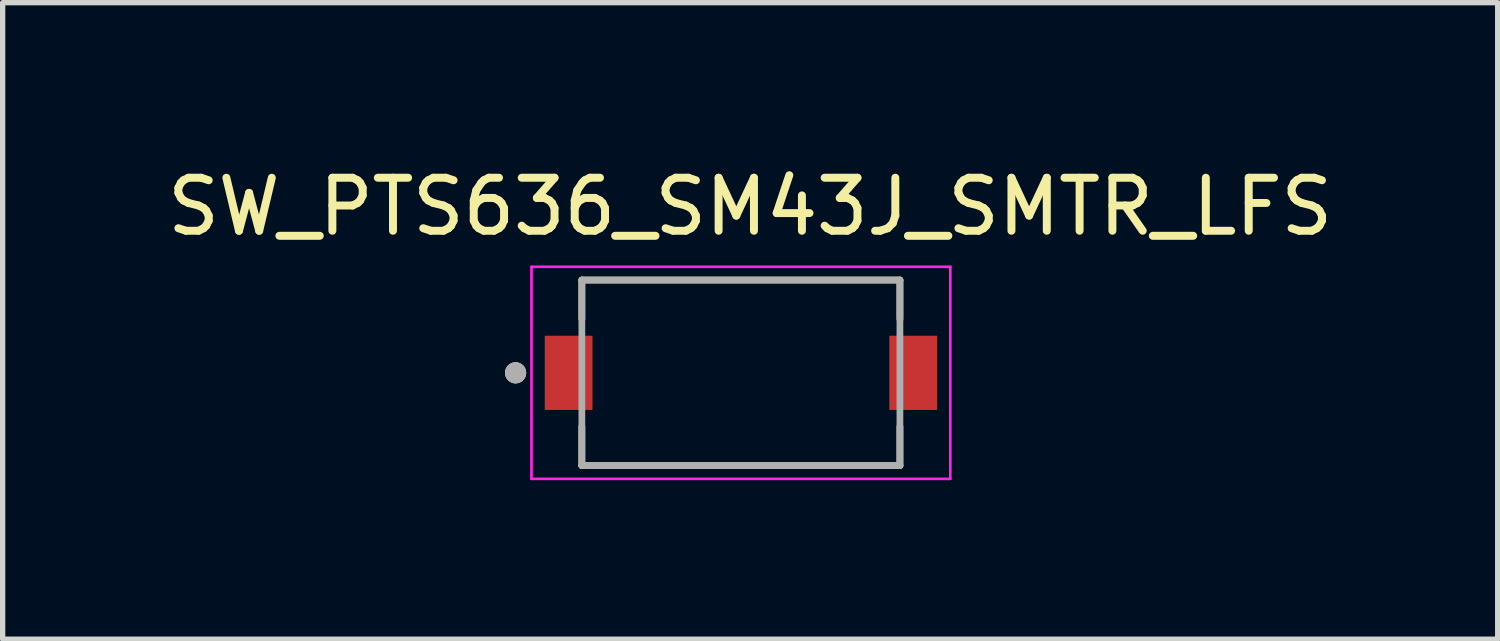
<source format=kicad_pcb>
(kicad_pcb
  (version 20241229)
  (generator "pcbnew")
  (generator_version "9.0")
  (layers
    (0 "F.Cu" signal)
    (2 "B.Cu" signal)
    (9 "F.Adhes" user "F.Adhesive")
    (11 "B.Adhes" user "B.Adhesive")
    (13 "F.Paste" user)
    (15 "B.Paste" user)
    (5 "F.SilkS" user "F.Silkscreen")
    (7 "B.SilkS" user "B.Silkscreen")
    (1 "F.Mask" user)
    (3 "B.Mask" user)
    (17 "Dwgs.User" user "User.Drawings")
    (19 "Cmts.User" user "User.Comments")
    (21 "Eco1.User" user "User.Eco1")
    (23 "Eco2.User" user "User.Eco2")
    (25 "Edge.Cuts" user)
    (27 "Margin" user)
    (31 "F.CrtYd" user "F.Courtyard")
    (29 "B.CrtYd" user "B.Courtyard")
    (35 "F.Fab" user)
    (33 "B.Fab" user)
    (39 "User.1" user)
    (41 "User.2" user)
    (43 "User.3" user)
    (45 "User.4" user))
  (footprint "SW_PTS636_SM43J_SMTR_LFS"
    (layer "F.Cu")
    (at 10.926 3.983)
    (property "Reference" "SW_PTS636_SM43J_SMTR_LFS" (at 0.175 -3.135 0) (layer "F.SilkS") (effects (font (size 1 1) (thickness 0.15))))
    (attr through_hole)
    (fp_line (start -3 -1.75) (end 3 -1.75) (stroke (width 0.127) (type solid)) (layer "F.SilkS"))
    (fp_line (start -3 -1.014) (end -3 -1.75) (stroke (width 0.127) (type solid)) (layer "F.SilkS"))
    (fp_line (start -3 1.75) (end -3 1.014) (stroke (width 0.127) (type solid)) (layer "F.SilkS"))
    (fp_line (start 3 -1.75) (end 3 -1.014) (stroke (width 0.127) (type solid)) (layer "F.SilkS"))
    (fp_line (start 3 1.014) (end 3 1.75) (stroke (width 0.127) (type solid)) (layer "F.SilkS"))
    (fp_line (start 3 1.75) (end -3 1.75) (stroke (width 0.127) (type solid)) (layer "F.SilkS"))
    (fp_circle (center -4.25 0) (end -4.15 0) (stroke (width 0.2) (type solid)) (fill no) (layer "F.SilkS"))
    (fp_line (start -3.95 -2) (end 3.95 -2) (stroke (width 0.05) (type solid)) (layer "F.CrtYd"))
    (fp_line (start -3.95 2) (end -3.95 -2) (stroke (width 0.05) (type solid)) (layer "F.CrtYd"))
    (fp_line (start 3.95 -2) (end 3.95 2) (stroke (width 0.05) (type solid)) (layer "F.CrtYd"))
    (fp_line (start 3.95 2) (end -3.95 2) (stroke (width 0.05) (type solid)) (layer "F.CrtYd"))
    (fp_line (start -3 -1.75) (end 3 -1.75) (stroke (width 0.127) (type solid)) (layer "F.Fab"))
    (fp_line (start -3 1.75) (end -3 -1.75) (stroke (width 0.127) (type solid)) (layer "F.Fab"))
    (fp_line (start 3 -1.75) (end 3 1.75) (stroke (width 0.127) (type solid)) (layer "F.Fab"))
    (fp_line (start 3 1.75) (end -3 1.75) (stroke (width 0.127) (type solid)) (layer "F.Fab"))
    (fp_circle (center -4.25 0) (end -4.15 0) (stroke (width 0.2) (type solid)) (fill no) (layer "F.Fab"))
    (pad "1" smd rect (at -3.25 0) (size 0.9 1.4) (layers "F.Cu" "F.Mask" "F.Paste"))
    (pad "2" smd rect (at 3.25 0) (size 0.9 1.4) (layers "F.Cu" "F.Mask" "F.Paste")))
  (gr_rect
    (start -3 -3)
    (end 25.202 9.008)
    (stroke (width 0.1) (type default))
    (fill no)
    (layer "Edge.Cuts")))
</source>
